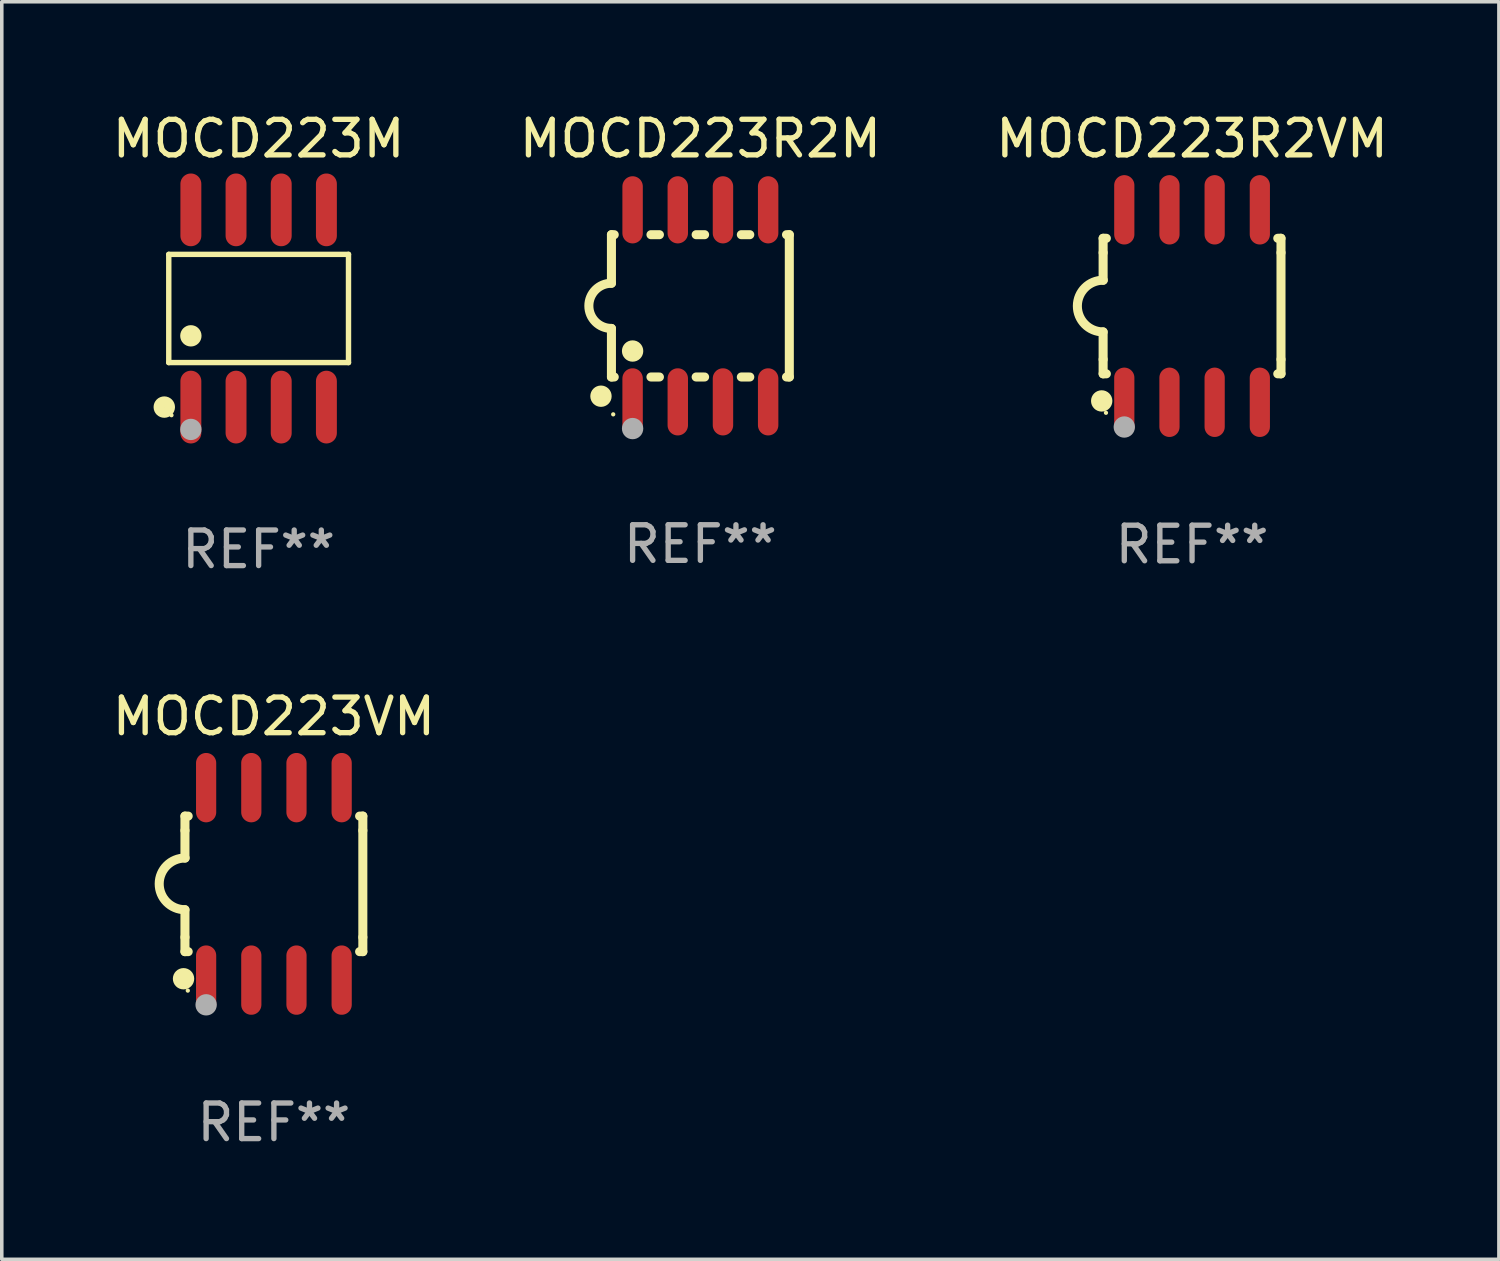
<source format=kicad_pcb>
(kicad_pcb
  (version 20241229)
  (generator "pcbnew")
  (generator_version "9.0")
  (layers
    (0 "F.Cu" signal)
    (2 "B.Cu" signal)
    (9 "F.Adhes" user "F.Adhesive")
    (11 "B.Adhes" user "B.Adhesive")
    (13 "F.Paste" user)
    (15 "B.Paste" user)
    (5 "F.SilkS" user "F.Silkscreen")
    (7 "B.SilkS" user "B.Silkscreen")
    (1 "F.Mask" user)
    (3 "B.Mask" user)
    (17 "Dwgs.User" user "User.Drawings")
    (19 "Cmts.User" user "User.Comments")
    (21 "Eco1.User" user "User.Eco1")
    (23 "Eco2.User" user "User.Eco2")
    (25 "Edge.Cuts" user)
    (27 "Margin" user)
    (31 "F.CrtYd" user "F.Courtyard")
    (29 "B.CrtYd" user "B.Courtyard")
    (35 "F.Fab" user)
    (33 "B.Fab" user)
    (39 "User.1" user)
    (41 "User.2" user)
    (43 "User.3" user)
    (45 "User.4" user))
  (footprint "MOCD223VM"
    (layer "F.Cu")
    (at 4.649 21.795)
    (property "Reference" "MOCD223VM" (at 0 -4.705 0) (layer "F.SilkS") (effects (font (size 1 1) (thickness 0.15))))
    (attr through_hole)
    (fp_line (start -2.5 -1.905) (end -2.409 -1.905) (stroke (width 0.254) (type solid)) (layer "F.SilkS"))
    (fp_line (start -2.5 -1.5) (end -2.5 -1.905) (stroke (width 0.254) (type solid)) (layer "F.SilkS"))
    (fp_line (start -2.5 -1.5) (end -2.5 -0.726) (stroke (width 0.254) (type solid)) (layer "F.SilkS"))
    (fp_line (start -2.5 1.5) (end -2.5 0.727) (stroke (width 0.254) (type solid)) (layer "F.SilkS"))
    (fp_line (start -2.5 1.5) (end -2.5 1.905) (stroke (width 0.254) (type solid)) (layer "F.SilkS"))
    (fp_line (start -2.5 1.905) (end -2.409 1.905) (stroke (width 0.254) (type solid)) (layer "F.SilkS"))
    (fp_line (start 2.5 -1.905) (end 2.409 -1.905) (stroke (width 0.254) (type solid)) (layer "F.SilkS"))
    (fp_line (start 2.5 -1.5) (end 2.5 -1.905) (stroke (width 0.254) (type solid)) (layer "F.SilkS"))
    (fp_line (start 2.5 -1.5) (end 2.5 1.5) (stroke (width 0.254) (type solid)) (layer "F.SilkS"))
    (fp_line (start 2.5 1.5) (end 2.5 1.905) (stroke (width 0.254) (type solid)) (layer "F.SilkS"))
    (fp_line (start 2.5 1.905) (end 2.409 1.905) (stroke (width 0.254) (type solid)) (layer "F.SilkS"))
    (fp_arc (start -2.5 0.726568) (mid -3.220316 -0.0023) (end -2.495097 -0.726289) (stroke (width 0.254001) (type solid)) (layer "F.SilkS"))
    (fp_circle (center -2.54 2.667) (end -2.39 2.667) (stroke (width 0.3) (type solid)) (fill no) (layer "F.SilkS"))
    (fp_circle (center -2.42 3) (end -2.39 3) (stroke (width 0.06) (type solid)) (fill no) (layer "F.SilkS"))
    (fp_circle (center -1.905 3.4) (end -1.755 3.4) (stroke (width 0.3) (type solid)) (fill no) (layer "F.Fab"))
    (fp_text user "REF**" (at 0 6.705 0) (layer "F.Fab") (effects (font (size 1 1) (thickness 0.15))))
    (pad "1" smd oval (at -1.905 2.705) (size 0.568 1.95) (layers "F.Cu" "F.Mask" "F.Paste"))
    (pad "2" smd oval (at -0.635 2.705) (size 0.568 1.95) (layers "F.Cu" "F.Mask" "F.Paste"))
    (pad "3" smd oval (at 0.635 2.705) (size 0.568 1.95) (layers "F.Cu" "F.Mask" "F.Paste"))
    (pad "4" smd oval (at 1.905 2.705) (size 0.568 1.95) (layers "F.Cu" "F.Mask" "F.Paste"))
    (pad "5" smd oval (at 1.905 -2.705) (size 0.568 1.95) (layers "F.Cu" "F.Mask" "F.Paste"))
    (pad "6" smd oval (at 0.635 -2.705) (size 0.568 1.95) (layers "F.Cu" "F.Mask" "F.Paste"))
    (pad "7" smd oval (at -0.635 -2.705) (size 0.568 1.95) (layers "F.Cu" "F.Mask" "F.Paste"))
    (pad "8" smd oval (at -1.905 -2.705) (size 0.568 1.95) (layers "F.Cu" "F.Mask" "F.Paste")))
  (footprint "MOCD223M"
    (layer "F.Cu")
    (at 4.22 5.621)
    (property "Reference" "MOCD223M" (at 0 -4.772 0) (layer "F.SilkS") (effects (font (size 1 1) (thickness 0.15))))
    (attr through_hole)
    (fp_line (start -2.526 -1.521) (end 2.526 -1.521) (stroke (width 0.152) (type solid)) (layer "F.SilkS"))
    (fp_line (start -2.526 1.521) (end -2.526 -1.521) (stroke (width 0.152) (type solid)) (layer "F.SilkS"))
    (fp_line (start 2.526 -1.521) (end 2.526 1.521) (stroke (width 0.152) (type solid)) (layer "F.SilkS"))
    (fp_line (start 2.526 1.521) (end -2.526 1.521) (stroke (width 0.152) (type solid)) (layer "F.SilkS"))
    (fp_circle (center -2.652 2.772) (end -2.501 2.772) (stroke (width 0.3) (type solid)) (fill no) (layer "F.SilkS"))
    (fp_circle (center -2.45 3) (end -2.42 3) (stroke (width 0.06) (type solid)) (fill no) (layer "F.SilkS"))
    (fp_circle (center -1.905 0.769) (end -1.755 0.769) (stroke (width 0.3) (type solid)) (fill no) (layer "F.SilkS"))
    (fp_circle (center -1.905 3.4) (end -1.755 3.4) (stroke (width 0.3) (type solid)) (fill no) (layer "F.Fab"))
    (fp_text user "REF**" (at 0 6.772 0) (layer "F.Fab") (effects (font (size 1 1) (thickness 0.15))))
    (pad "1" smd oval (at -1.905 2.772) (size 0.588 2.045) (layers "F.Cu" "F.Mask" "F.Paste"))
    (pad "2" smd oval (at -0.635 2.772) (size 0.588 2.045) (layers "F.Cu" "F.Mask" "F.Paste"))
    (pad "3" smd oval (at 0.635 2.772) (size 0.588 2.045) (layers "F.Cu" "F.Mask" "F.Paste"))
    (pad "4" smd oval (at 1.905 2.772) (size 0.588 2.045) (layers "F.Cu" "F.Mask" "F.Paste"))
    (pad "5" smd oval (at 1.905 -2.772) (size 0.588 2.045) (layers "F.Cu" "F.Mask" "F.Paste"))
    (pad "6" smd oval (at 0.635 -2.772) (size 0.588 2.045) (layers "F.Cu" "F.Mask" "F.Paste"))
    (pad "7" smd oval (at -0.635 -2.772) (size 0.588 2.045) (layers "F.Cu" "F.Mask" "F.Paste"))
    (pad "8" smd oval (at -1.905 -2.772) (size 0.588 2.045) (layers "F.Cu" "F.Mask" "F.Paste")))
  (footprint "MOCD223R2VM"
    (layer "F.Cu")
    (at 30.458 5.553)
    (property "Reference" "MOCD223R2VM" (at 0 -4.705 0) (layer "F.SilkS") (effects (font (size 1 1) (thickness 0.15))))
    (attr through_hole)
    (fp_line (start -2.5 -1.905) (end -2.409 -1.905) (stroke (width 0.254) (type solid)) (layer "F.SilkS"))
    (fp_line (start -2.5 -1.5) (end -2.5 -1.905) (stroke (width 0.254) (type solid)) (layer "F.SilkS"))
    (fp_line (start -2.5 -1.5) (end -2.5 -0.726) (stroke (width 0.254) (type solid)) (layer "F.SilkS"))
    (fp_line (start -2.5 1.5) (end -2.5 0.727) (stroke (width 0.254) (type solid)) (layer "F.SilkS"))
    (fp_line (start -2.5 1.5) (end -2.5 1.905) (stroke (width 0.254) (type solid)) (layer "F.SilkS"))
    (fp_line (start -2.5 1.905) (end -2.409 1.905) (stroke (width 0.254) (type solid)) (layer "F.SilkS"))
    (fp_line (start 2.5 -1.905) (end 2.409 -1.905) (stroke (width 0.254) (type solid)) (layer "F.SilkS"))
    (fp_line (start 2.5 -1.5) (end 2.5 -1.905) (stroke (width 0.254) (type solid)) (layer "F.SilkS"))
    (fp_line (start 2.5 -1.5) (end 2.5 1.5) (stroke (width 0.254) (type solid)) (layer "F.SilkS"))
    (fp_line (start 2.5 1.5) (end 2.5 1.905) (stroke (width 0.254) (type solid)) (layer "F.SilkS"))
    (fp_line (start 2.5 1.905) (end 2.409 1.905) (stroke (width 0.254) (type solid)) (layer "F.SilkS"))
    (fp_arc (start -2.5 0.726568) (mid -3.220316 -0.0023) (end -2.495097 -0.726289) (stroke (width 0.254001) (type solid)) (layer "F.SilkS"))
    (fp_circle (center -2.54 2.667) (end -2.39 2.667) (stroke (width 0.3) (type solid)) (fill no) (layer "F.SilkS"))
    (fp_circle (center -2.42 3) (end -2.39 3) (stroke (width 0.06) (type solid)) (fill no) (layer "F.SilkS"))
    (fp_circle (center -1.905 3.4) (end -1.755 3.4) (stroke (width 0.3) (type solid)) (fill no) (layer "F.Fab"))
    (fp_text user "REF**" (at 0 6.705 0) (layer "F.Fab") (effects (font (size 1 1) (thickness 0.15))))
    (pad "1" smd oval (at -1.905 2.705) (size 0.568 1.95) (layers "F.Cu" "F.Mask" "F.Paste"))
    (pad "2" smd oval (at -0.635 2.705) (size 0.568 1.95) (layers "F.Cu" "F.Mask" "F.Paste"))
    (pad "3" smd oval (at 0.635 2.705) (size 0.568 1.95) (layers "F.Cu" "F.Mask" "F.Paste"))
    (pad "4" smd oval (at 1.905 2.705) (size 0.568 1.95) (layers "F.Cu" "F.Mask" "F.Paste"))
    (pad "5" smd oval (at 1.905 -2.705) (size 0.568 1.95) (layers "F.Cu" "F.Mask" "F.Paste"))
    (pad "6" smd oval (at 0.635 -2.705) (size 0.568 1.95) (layers "F.Cu" "F.Mask" "F.Paste"))
    (pad "7" smd oval (at -0.635 -2.705) (size 0.568 1.95) (layers "F.Cu" "F.Mask" "F.Paste"))
    (pad "8" smd oval (at -1.905 -2.705) (size 0.568 1.95) (layers "F.Cu" "F.Mask" "F.Paste")))
  (footprint "MOCD223R2M"
    (layer "F.Cu")
    (at 16.637 5.547)
    (property "Reference" "MOCD223R2M" (at 0 -4.699 0) (layer "F.SilkS") (effects (font (size 1 1) (thickness 0.15))))
    (attr through_hole)
    (fp_line (start -2.5 -2) (end -2.5 -0.635) (stroke (width 0.254) (type solid)) (layer "F.SilkS"))
    (fp_line (start -2.5 -2) (end -2.421 -2) (stroke (width 0.254) (type solid)) (layer "F.SilkS"))
    (fp_line (start -2.5 2) (end -2.5 0.635) (stroke (width 0.254) (type solid)) (layer "F.SilkS"))
    (fp_line (start -2.5 2) (end -2.421 2) (stroke (width 0.254) (type solid)) (layer "F.SilkS"))
    (fp_line (start -1.389 -2) (end -1.151 -2) (stroke (width 0.254) (type solid)) (layer "F.SilkS"))
    (fp_line (start -1.389 2) (end -1.151 2) (stroke (width 0.254) (type solid)) (layer "F.SilkS"))
    (fp_line (start -0.119 -2) (end 0.119 -2) (stroke (width 0.254) (type solid)) (layer "F.SilkS"))
    (fp_line (start -0.119 2) (end 0.119 2) (stroke (width 0.254) (type solid)) (layer "F.SilkS"))
    (fp_line (start 1.151 -2) (end 1.389 -2) (stroke (width 0.254) (type solid)) (layer "F.SilkS"))
    (fp_line (start 1.151 2) (end 1.389 2) (stroke (width 0.254) (type solid)) (layer "F.SilkS"))
    (fp_line (start 2.421 -2) (end 2.5 -2) (stroke (width 0.254) (type solid)) (layer "F.SilkS"))
    (fp_line (start 2.421 2) (end 2.5 2) (stroke (width 0.254) (type solid)) (layer "F.SilkS"))
    (fp_line (start 2.5 -2) (end 2.5 2) (stroke (width 0.254) (type solid)) (layer "F.SilkS"))
    (fp_arc (start -2.5 0.635001) (mid -3.134366 -0.000318) (end -2.499365 -0.635001) (stroke (width 0.254001) (type solid)) (layer "F.SilkS"))
    (fp_circle (center -2.794 2.54) (end -2.644 2.54) (stroke (width 0.3) (type solid)) (fill no) (layer "F.SilkS"))
    (fp_circle (center -2.45 3.05) (end -2.42 3.05) (stroke (width 0.06) (type solid)) (fill no) (layer "F.SilkS"))
    (fp_circle (center -1.905 1.27) (end -1.755 1.27) (stroke (width 0.3) (type solid)) (fill no) (layer "F.SilkS"))
    (fp_circle (center -1.905 3.45) (end -1.755 3.45) (stroke (width 0.3) (type solid)) (fill no) (layer "F.Fab"))
    (fp_text user "REF**" (at 0 6.699 0) (layer "F.Fab") (effects (font (size 1 1) (thickness 0.15))))
    (pad "1" smd oval (at -1.905 2.699) (size 0.574 1.888) (layers "F.Cu" "F.Mask" "F.Paste"))
    (pad "2" smd oval (at -0.635 2.699) (size 0.574 1.888) (layers "F.Cu" "F.Mask" "F.Paste"))
    (pad "3" smd oval (at 0.635 2.699) (size 0.574 1.888) (layers "F.Cu" "F.Mask" "F.Paste"))
    (pad "4" smd oval (at 1.905 2.699) (size 0.574 1.888) (layers "F.Cu" "F.Mask" "F.Paste"))
    (pad "5" smd oval (at 1.905 -2.699) (size 0.574 1.888) (layers "F.Cu" "F.Mask" "F.Paste"))
    (pad "6" smd oval (at 0.635 -2.699) (size 0.574 1.888) (layers "F.Cu" "F.Mask" "F.Paste"))
    (pad "7" smd oval (at -0.635 -2.699) (size 0.574 1.888) (layers "F.Cu" "F.Mask" "F.Paste"))
    (pad "8" smd oval (at -1.905 -2.699) (size 0.574 1.888) (layers "F.Cu" "F.Mask" "F.Paste")))
  (gr_rect
    (start -3 -3)
    (end 39.083 32.348)
    (stroke (width 0.1) (type default))
    (fill no)
    (layer "Edge.Cuts")))
</source>
